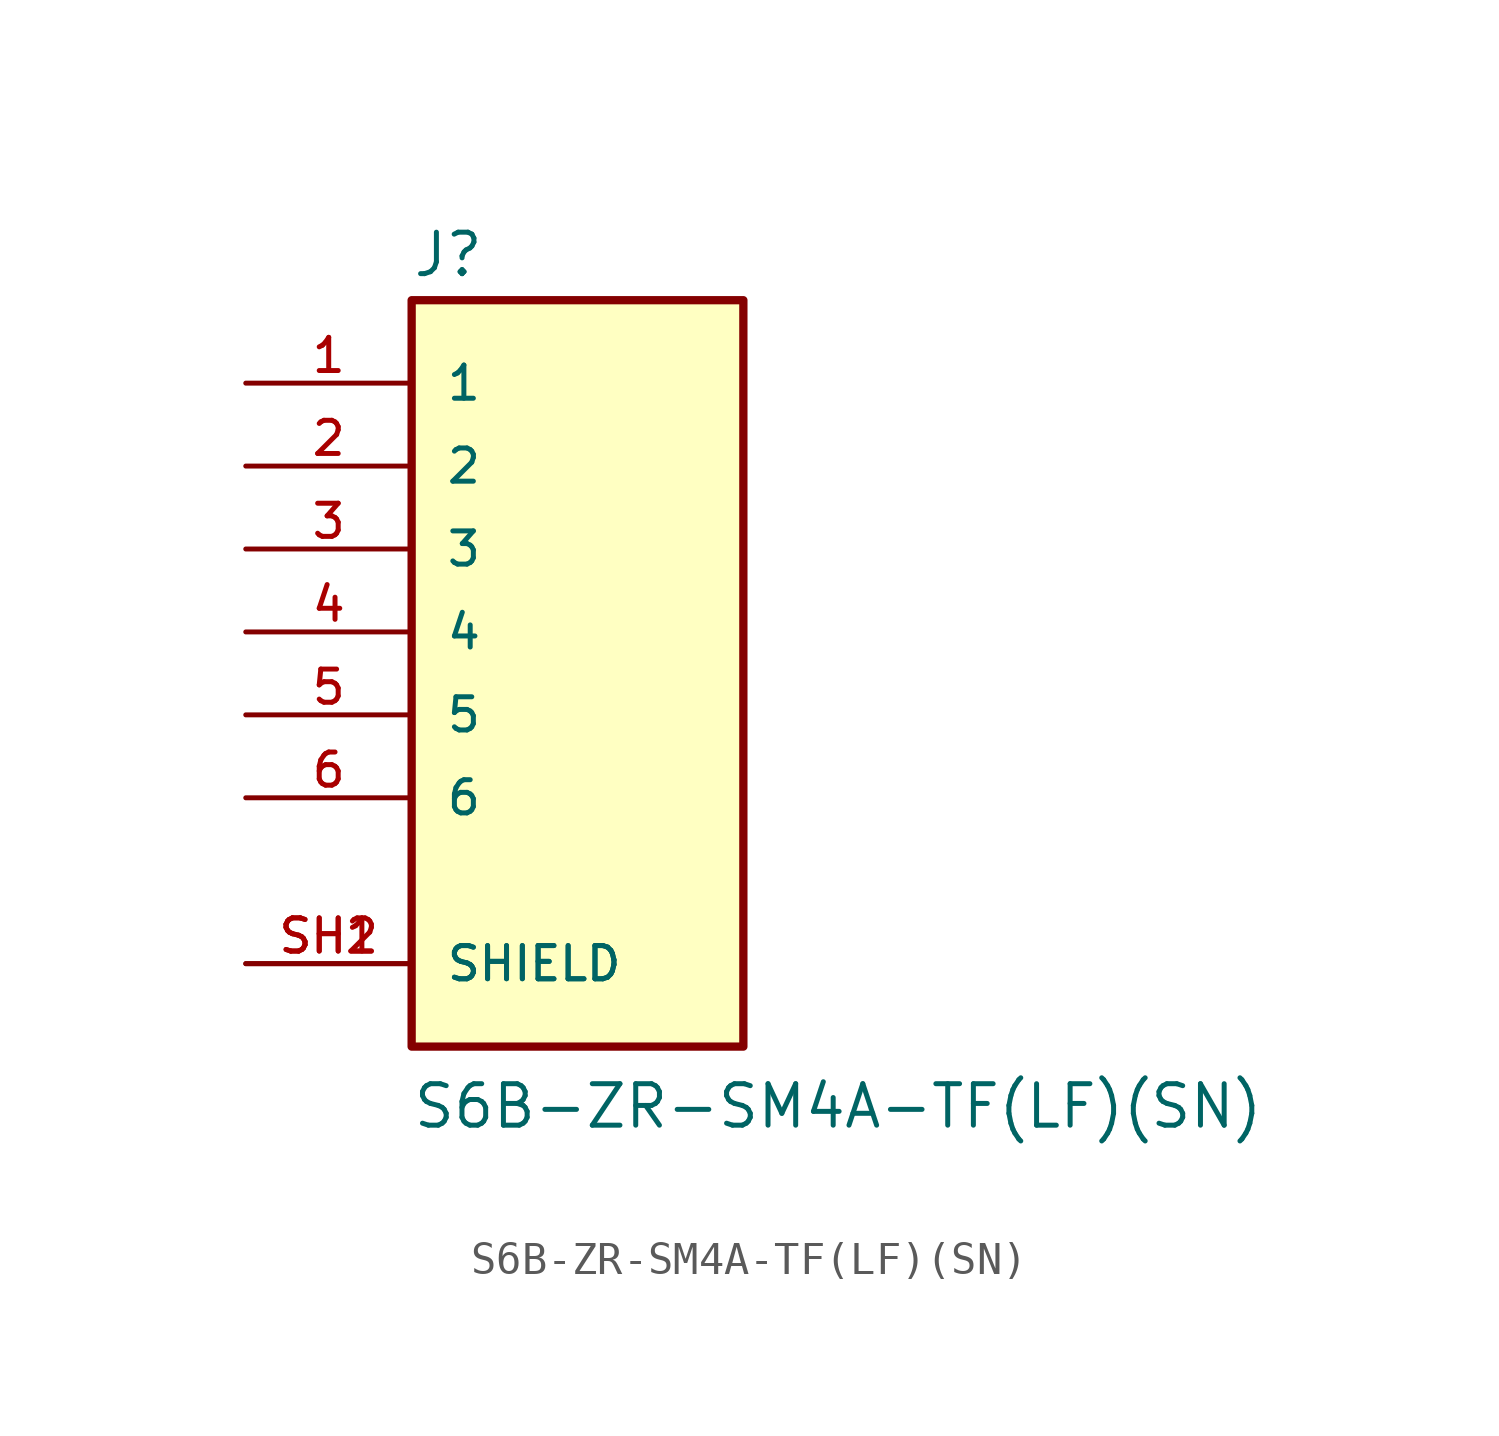
<source format=kicad_sym>
(kicad_symbol_lib
  (version 20211014)
  (generator kicad_symbol_editor)
  (symbol "S6B-ZR-SM4A-TF(LF)(SN)"
    (pin_names
      (offset 1.016))
    (property "Reference" "J"
      (at -5.087 10.81 0)
      (effects (font (size 1.27 1.27)) (justify bottom left)))
    (property "Value" "S6B-ZR-SM4A-TF(LF)(SN)"
      (at -5.09 -15.27 0)
      (effects (font (size 1.27 1.27)) (justify bottom left)))
    (symbol "S6B-ZR-SM4A-TF(LF)(SN)_0_0"
      (rectangle (start -5.08 -12.7) (end 5.08 10.16) (stroke (width 0.254)) (fill (type background)))
      (pin passive line (at -10.16 7.62 0) (length 5.08) (name "1" (effects (font (size 1.016 1.016)))) (number "1" (effects (font (size 1.016 1.016)))))
      (pin passive line (at -10.16 5.08 0) (length 5.08) (name "2" (effects (font (size 1.016 1.016)))) (number "2" (effects (font (size 1.016 1.016)))))
      (pin passive line (at -10.16 2.54 0) (length 5.08) (name "3" (effects (font (size 1.016 1.016)))) (number "3" (effects (font (size 1.016 1.016)))))
      (pin passive line (at -10.16 0.0 0) (length 5.08) (name "4" (effects (font (size 1.016 1.016)))) (number "4" (effects (font (size 1.016 1.016)))))
      (pin passive line (at -10.16 -2.54 0) (length 5.08) (name "5" (effects (font (size 1.016 1.016)))) (number "5" (effects (font (size 1.016 1.016)))))
      (pin passive line (at -10.16 -5.08 0) (length 5.08) (name "6" (effects (font (size 1.016 1.016)))) (number "6" (effects (font (size 1.016 1.016)))))
      (pin passive line (at -10.16 -10.16 0) (length 5.08) (name "SHIELD" (effects (font (size 1.016 1.016)))) (number "SH1" (effects (font (size 1.016 1.016)))))
      (pin passive line (at -10.16 -10.16 0) (length 5.08) (name "SHIELD" (effects (font (size 1.016 1.016)))) (number "SH2" (effects (font (size 1.016 1.016))))))))
</source>
